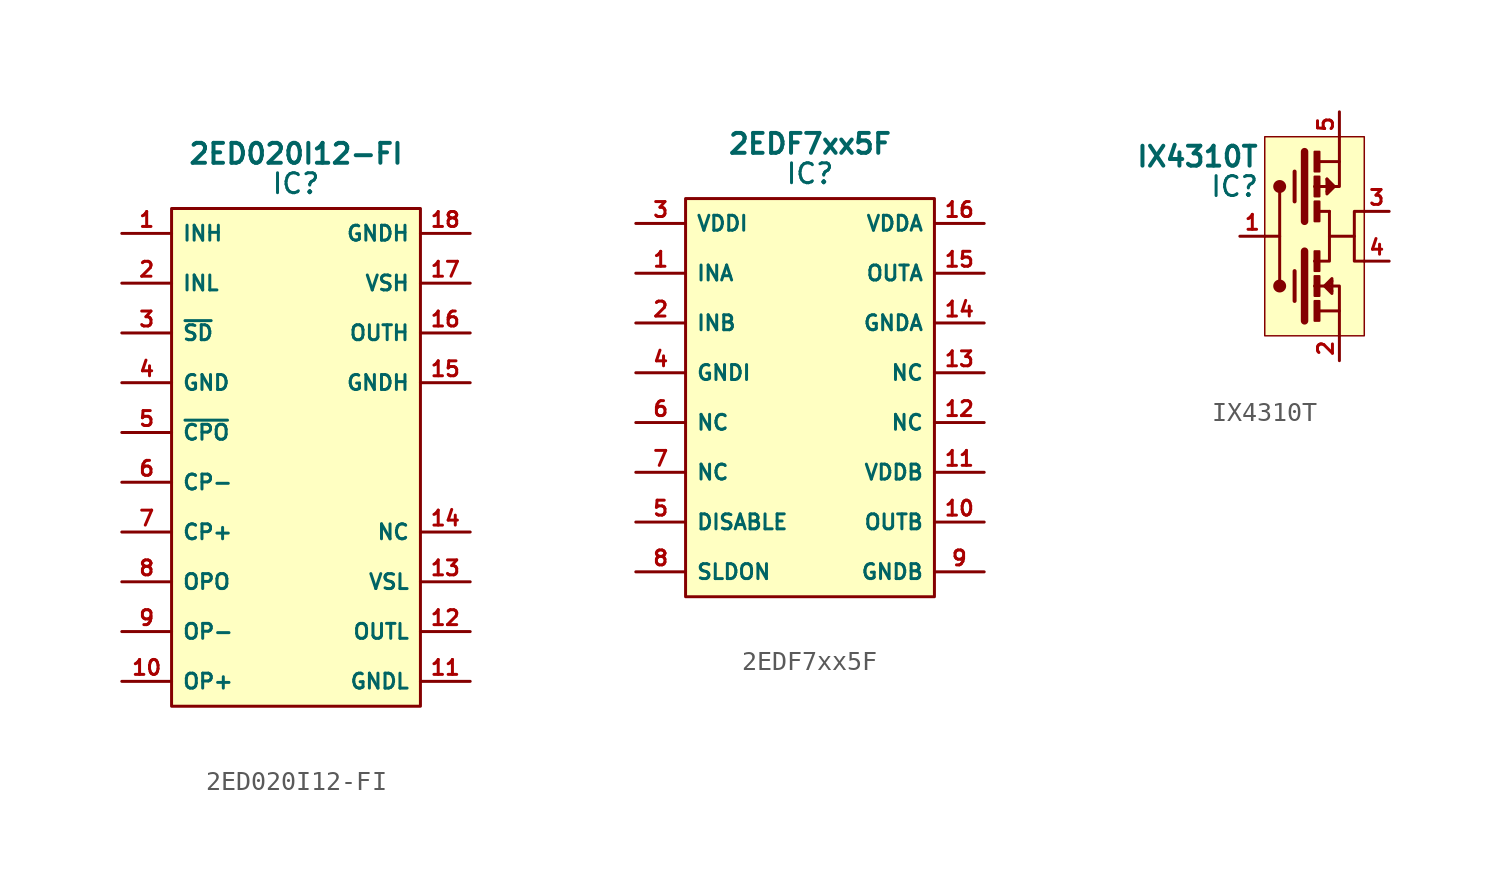
<source format=kicad_sym>
(kicad_symbol_lib
  (version 20220914)
  (generator kicad_symbol_editor)
  (symbol "2ED020I12-FI"
    (property "Reference" "IC"
      (at 0 11.43 0)
      (effects (font (size 1.016 1.016))))
    (property "Value" "2ED020I12-FI"
      (at 0 12.954 0)
      (effects (font (size 1.016 1.016) bold)))
    (symbol "2ED020I12-FI_1_1"
      (rectangle (start -6.35 10.16) (end 6.35 -15.24) (stroke (width 0) (type solid)) (fill (type background)))
      (pin input line (at -8.89 8.89 0) (length 2.54) (name "INH" (effects (font (size 0.762 0.762)))) (number "1" (effects (font (size 0.762 0.762)))))
      (pin input line (at -8.89 -13.97 0) (length 2.54) (name "OP+" (effects (font (size 0.762 0.762)))) (number "10" (effects (font (size 0.762 0.762)))))
      (pin power_in line (at 8.89 -13.97 180) (length 2.54) (name "GNDL" (effects (font (size 0.762 0.762)))) (number "11" (effects (font (size 0.762 0.762)))))
      (pin output line (at 8.89 -11.43 180) (length 2.54) (name "OUTL" (effects (font (size 0.762 0.762)))) (number "12" (effects (font (size 0.762 0.762)))))
      (pin power_in line (at 8.89 -8.89 180) (length 2.54) (name "VSL" (effects (font (size 0.762 0.762)))) (number "13" (effects (font (size 0.762 0.762)))))
      (pin passive line (at 8.89 -6.35 180) (length 2.54) (name "NC" (effects (font (size 0.762 0.762)))) (number "14" (effects (font (size 0.762 0.762)))))
      (pin passive line (at 8.89 1.27 180) (length 2.54) (name "GNDH" (effects (font (size 0.762 0.762)))) (number "15" (effects (font (size 0.762 0.762)))))
      (pin output line (at 8.89 3.81 180) (length 2.54) (name "OUTH" (effects (font (size 0.762 0.762)))) (number "16" (effects (font (size 0.762 0.762)))))
      (pin passive line (at 8.89 6.35 180) (length 2.54) (name "VSH" (effects (font (size 0.762 0.762)))) (number "17" (effects (font (size 0.762 0.762)))))
      (pin passive line (at 8.89 8.89 180) (length 2.54) (name "GNDH" (effects (font (size 0.762 0.762)))) (number "18" (effects (font (size 0.762 0.762)))))
      (pin input line (at -8.89 6.35 0) (length 2.54) (name "INL" (effects (font (size 0.762 0.762)))) (number "2" (effects (font (size 0.762 0.762)))))
      (pin input line (at -8.89 3.81 0) (length 2.54) (name "~{SD}" (effects (font (size 0.762 0.762)))) (number "3" (effects (font (size 0.762 0.762)))))
      (pin power_in line (at -8.89 1.27 0) (length 2.54) (name "GND" (effects (font (size 0.762 0.762)))) (number "4" (effects (font (size 0.762 0.762)))))
      (pin output line (at -8.89 -1.27 0) (length 2.54) (name "~{CPO}" (effects (font (size 0.762 0.762)))) (number "5" (effects (font (size 0.762 0.762)))))
      (pin input line (at -8.89 -3.81 0) (length 2.54) (name "CP-" (effects (font (size 0.762 0.762)))) (number "6" (effects (font (size 0.762 0.762)))))
      (pin input line (at -8.89 -6.35 0) (length 2.54) (name "CP+" (effects (font (size 0.762 0.762)))) (number "7" (effects (font (size 0.762 0.762)))))
      (pin output line (at -8.89 -8.89 0) (length 2.54) (name "OPO" (effects (font (size 0.762 0.762)))) (number "8" (effects (font (size 0.762 0.762)))))
      (pin input line (at -8.89 -11.43 0) (length 2.54) (name "OP-" (effects (font (size 0.762 0.762)))) (number "9" (effects (font (size 0.762 0.762)))))))
  (symbol "2EDF7xx5F"
    (property "Reference" "IC"
      (at 0 11.43 0)
      (effects (font (size 1.016 1.016))))
    (property "Value" "2EDF7xx5F"
      (at 0 12.954 0)
      (effects (font (size 1.016 1.016) bold)))
    (symbol "2EDF7xx5F_1_1"
      (rectangle (start -6.35 10.16) (end 6.35 -10.16) (stroke (width 0) (type solid)) (fill (type background)))
      (pin input line (at -8.89 6.35 0) (length 2.54) (name "INA" (effects (font (size 0.762 0.762)))) (number "1" (effects (font (size 0.762 0.762)))))
      (pin output line (at 8.89 -6.35 180) (length 2.54) (name "OUTB" (effects (font (size 0.762 0.762)))) (number "10" (effects (font (size 0.762 0.762)))))
      (pin power_in line (at 8.89 -3.81 180) (length 2.54) (name "VDDB" (effects (font (size 0.762 0.762)))) (number "11" (effects (font (size 0.762 0.762)))))
      (pin passive line (at 8.89 -1.27 180) (length 2.54) (name "NC" (effects (font (size 0.762 0.762)))) (number "12" (effects (font (size 0.762 0.762)))))
      (pin passive line (at 8.89 1.27 180) (length 2.54) (name "NC" (effects (font (size 0.762 0.762)))) (number "13" (effects (font (size 0.762 0.762)))))
      (pin passive line (at 8.89 3.81 180) (length 2.54) (name "GNDA" (effects (font (size 0.762 0.762)))) (number "14" (effects (font (size 0.762 0.762)))))
      (pin output line (at 8.89 6.35 180) (length 2.54) (name "OUTA" (effects (font (size 0.762 0.762)))) (number "15" (effects (font (size 0.762 0.762)))))
      (pin passive line (at 8.89 8.89 180) (length 2.54) (name "VDDA" (effects (font (size 0.762 0.762)))) (number "16" (effects (font (size 0.762 0.762)))))
      (pin input line (at -8.89 3.81 0) (length 2.54) (name "INB" (effects (font (size 0.762 0.762)))) (number "2" (effects (font (size 0.762 0.762)))))
      (pin power_in line (at -8.89 8.89 0) (length 2.54) (name "VDDI" (effects (font (size 0.762 0.762)))) (number "3" (effects (font (size 0.762 0.762)))))
      (pin power_in line (at -8.89 1.27 0) (length 2.54) (name "GNDI" (effects (font (size 0.762 0.762)))) (number "4" (effects (font (size 0.762 0.762)))))
      (pin passive line (at -8.89 -6.35 0) (length 2.54) (name "DISABLE" (effects (font (size 0.762 0.762)))) (number "5" (effects (font (size 0.762 0.762)))))
      (pin passive line (at -8.89 -1.27 0) (length 2.54) (name "NC" (effects (font (size 0.762 0.762)))) (number "6" (effects (font (size 0.762 0.762)))))
      (pin passive line (at -8.89 -3.81 0) (length 2.54) (name "NC" (effects (font (size 0.762 0.762)))) (number "7" (effects (font (size 0.762 0.762)))))
      (pin passive line (at -8.89 -8.89 0) (length 2.54) (name "SLDON" (effects (font (size 0.762 0.762)))) (number "8" (effects (font (size 0.762 0.762)))))
      (pin power_in line (at 8.89 -8.89 180) (length 2.54) (name "GNDB" (effects (font (size 0.762 0.762)))) (number "9" (effects (font (size 0.762 0.762)))))))
  (symbol "IX4310T"
    (pin_names hide)
    (property "Reference" "IC"
      (at -2.794 2.54 0)
      (effects (font (size 1.016 1.016)) (justify right)))
    (property "Value" "IX4310T"
      (at -2.794 4.064 0)
      (effects (font (size 1.016 1.016) bold) (justify right)))
    (symbol "IX4310T_0_1"
      (rectangle (start -2.54 5.08) (end 2.54 -5.08) (stroke (width 0.076) (type solid)) (fill (type background)))
      (circle (center -1.778 -2.54) (radius 0.254) (stroke (width 0) (type solid)) (fill (type outline)))
      (circle (center -1.778 2.54) (radius 0.254) (stroke (width 0) (type solid)) (fill (type outline)))
      (polyline (pts (xy -1.778 -2.54) (xy -1.778 2.54)) (stroke (width 0) (type solid)) (fill (type none)))
      (polyline (pts (xy -1.778 0) (xy -2.54 0)) (stroke (width 0) (type solid)) (fill (type none)))
      (polyline (pts (xy -1.016 -1.778) (xy -1.016 -3.302)) (stroke (width 0.203) (type solid)) (fill (type none)))
      (polyline (pts (xy -1.016 3.302) (xy -1.016 1.778)) (stroke (width 0.203) (type solid)) (fill (type none)))
      (polyline (pts (xy 0.762 0) (xy 2.032 0)) (stroke (width 0) (type solid)) (fill (type none)))
      (polyline (pts (xy 0.762 1.27) (xy 0.254 1.27)) (stroke (width 0) (type solid)) (fill (type none)))
      (polyline (pts (xy 2.54 1.27) (xy 2.032 1.27) (xy 2.032 -1.27) (xy 2.54 -1.27)) (stroke (width 0) (type solid)) (fill (type none))))
    (symbol "IX4310T_1_1"
      (polyline (pts (xy -0.508 -0.762) (xy -0.508 -4.318)) (stroke (width 0.381) (type solid)) (fill (type none)))
      (polyline (pts (xy -0.508 4.318) (xy -0.508 0.762)) (stroke (width 0.381) (type solid)) (fill (type none)))
      (polyline (pts (xy 0.254 3.81) (xy 1.27 3.81)) (stroke (width 0) (type solid)) (fill (type none)))
      (polyline (pts (xy 0.635 -2.54) (xy 0.889 -2.54)) (stroke (width 0) (type solid)) (fill (type none)))
      (polyline (pts (xy 0.762 2.667) (xy 0.762 2.413)) (stroke (width 0) (type solid)) (fill (type none)))
      (polyline (pts (xy 0 -2.54) (xy 1.27 -2.54) (xy 1.27 -3.81)) (stroke (width 0) (type solid)) (fill (type none)))
      (polyline (pts (xy 0 -1.27) (xy 0.762 -1.27) (xy 0.762 1.27)) (stroke (width 0) (type solid)) (fill (type none)))
      (polyline (pts (xy 0.254 -3.81) (xy 1.27 -3.81) (xy 1.27 -5.08)) (stroke (width 0) (type solid)) (fill (type none)))
      (polyline (pts (xy 0.635 2.286) (xy 0.762 2.413) (xy 0.635 2.921)) (stroke (width 0) (type solid)) (fill (type none)))
      (polyline (pts (xy 0.889 -2.286) (xy 0.635 -2.54) (xy 0.889 -2.794)) (stroke (width 0) (type solid)) (fill (type none)))
      (polyline (pts (xy 1.27 5.08) (xy 1.27 2.54) (xy 0 2.54)) (stroke (width 0) (type solid)) (fill (type none)))
      (polyline (pts (xy 0.508 -2.54) (xy 0.889 -2.159) (xy 0.889 -2.921) (xy 0.508 -2.54)) (stroke (width 0) (type solid)) (fill (type none)))
      (polyline (pts (xy 1.016 2.54) (xy 0.635 2.921) (xy 0.635 2.159) (xy 1.016 2.54)) (stroke (width 0) (type solid)) (fill (type none)))
      (polyline (pts (xy 0 -3.302) (xy 0 -4.318) (xy 0.254 -4.318) (xy 0.254 -3.302) (xy 0 -3.302)) (stroke (width 0.102) (type solid)) (fill (type outline)))
      (polyline (pts (xy 0 -2.032) (xy 0 -3.048) (xy 0.254 -3.048) (xy 0.254 -2.032) (xy 0 -2.032)) (stroke (width 0.102) (type solid)) (fill (type outline)))
      (polyline (pts (xy 0 -0.762) (xy 0 -1.778) (xy 0.254 -1.778) (xy 0.254 -0.762) (xy 0 -0.762)) (stroke (width 0.102) (type solid)) (fill (type outline)))
      (polyline (pts (xy 0 1.778) (xy 0 0.762) (xy 0.254 0.762) (xy 0.254 1.778) (xy 0 1.778)) (stroke (width 0.102) (type solid)) (fill (type outline)))
      (polyline (pts (xy 0 3.048) (xy 0 2.032) (xy 0.254 2.032) (xy 0.254 3.048) (xy 0 3.048)) (stroke (width 0.102) (type solid)) (fill (type outline)))
      (polyline (pts (xy 0 4.318) (xy 0 3.302) (xy 0.254 3.302) (xy 0.254 4.318) (xy 0 4.318)) (stroke (width 0.102) (type solid)) (fill (type outline)))
      (pin input line (at -3.81 0 0) (length 1.27) (name "IN" (effects (font (size 0.762 0.762)))) (number "1" (effects (font (size 0.762 0.762)))))
      (pin power_in line (at 1.27 -6.35 90) (length 1.27) (name "GND" (effects (font (size 0.762 0.762)))) (number "2" (effects (font (size 0.762 0.762)))))
      (pin output line (at 3.81 1.27 180) (length 1.27) (name "OUT" (effects (font (size 0.762 0.762)))) (number "3" (effects (font (size 0.762 0.762)))))
      (pin output line (at 3.81 -1.27 180) (length 1.27) (name "OUT" (effects (font (size 0.762 0.762)))) (number "4" (effects (font (size 0.762 0.762)))))
      (pin power_in line (at 1.27 6.35 270) (length 1.27) (name "VCC" (effects (font (size 0.762 0.762)))) (number "5" (effects (font (size 0.762 0.762))))))))
</source>
